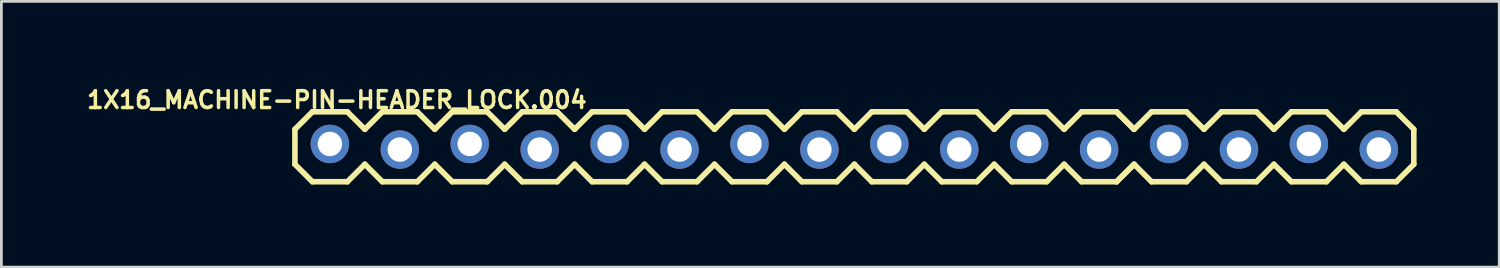
<source format=kicad_pcb>
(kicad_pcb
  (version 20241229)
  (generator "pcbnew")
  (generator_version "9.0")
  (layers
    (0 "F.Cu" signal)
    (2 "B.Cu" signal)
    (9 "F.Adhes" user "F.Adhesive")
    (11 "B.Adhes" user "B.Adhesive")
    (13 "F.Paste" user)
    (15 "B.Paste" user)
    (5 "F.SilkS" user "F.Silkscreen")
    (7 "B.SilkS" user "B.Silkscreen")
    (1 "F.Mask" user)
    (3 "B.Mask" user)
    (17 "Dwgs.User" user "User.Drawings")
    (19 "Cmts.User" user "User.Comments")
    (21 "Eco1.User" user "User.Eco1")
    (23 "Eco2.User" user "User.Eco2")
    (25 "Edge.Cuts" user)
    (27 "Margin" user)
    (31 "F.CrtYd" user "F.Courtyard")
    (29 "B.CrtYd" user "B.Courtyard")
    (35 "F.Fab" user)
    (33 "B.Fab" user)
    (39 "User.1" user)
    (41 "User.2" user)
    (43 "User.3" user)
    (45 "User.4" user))
  (footprint "1X16_MACHINE-PIN-HEADER_LOCK.004"
    (layer "F.Cu")
    (at 8.932 2.281)
    (property "Reference" "1X16_MACHINE-PIN-HEADER_LOCK.004" (at 0.254 -1.702 0) (layer "F.SilkS") (effects (font (size 0.61 0.61) (thickness 0.127))))
    (attr exclude_from_pos_files exclude_from_bom)
    (fp_line (start -1.27 -0.635) (end -1.27 0.635) (stroke (width 0.203) (type solid)) (layer "F.SilkS"))
    (fp_line (start -1.27 0.635) (end -0.635 1.27) (stroke (width 0.203) (type solid)) (layer "F.SilkS"))
    (fp_line (start -0.635 -1.27) (end -1.27 -0.635) (stroke (width 0.203) (type solid)) (layer "F.SilkS"))
    (fp_line (start -0.635 -1.27) (end 0.635 -1.27) (stroke (width 0.203) (type solid)) (layer "F.SilkS"))
    (fp_line (start 0.635 -1.27) (end 1.27 -0.635) (stroke (width 0.203) (type solid)) (layer "F.SilkS"))
    (fp_line (start 0.635 1.27) (end -0.635 1.27) (stroke (width 0.203) (type solid)) (layer "F.SilkS"))
    (fp_line (start 1.27 -0.635) (end 1.905 -1.27) (stroke (width 0.203) (type solid)) (layer "F.SilkS"))
    (fp_line (start 1.27 0.635) (end 0.635 1.27) (stroke (width 0.203) (type solid)) (layer "F.SilkS"))
    (fp_line (start 1.905 -1.27) (end 3.175 -1.27) (stroke (width 0.203) (type solid)) (layer "F.SilkS"))
    (fp_line (start 1.905 1.27) (end 1.27 0.635) (stroke (width 0.203) (type solid)) (layer "F.SilkS"))
    (fp_line (start 3.175 -1.27) (end 3.81 -0.635) (stroke (width 0.203) (type solid)) (layer "F.SilkS"))
    (fp_line (start 3.175 1.27) (end 1.905 1.27) (stroke (width 0.203) (type solid)) (layer "F.SilkS"))
    (fp_line (start 3.81 -0.635) (end 4.445 -1.27) (stroke (width 0.203) (type solid)) (layer "F.SilkS"))
    (fp_line (start 3.81 0.635) (end 3.175 1.27) (stroke (width 0.203) (type solid)) (layer "F.SilkS"))
    (fp_line (start 4.445 -1.27) (end 5.715 -1.27) (stroke (width 0.203) (type solid)) (layer "F.SilkS"))
    (fp_line (start 4.445 1.27) (end 3.81 0.635) (stroke (width 0.203) (type solid)) (layer "F.SilkS"))
    (fp_line (start 5.715 -1.27) (end 6.35 -0.635) (stroke (width 0.203) (type solid)) (layer "F.SilkS"))
    (fp_line (start 5.715 1.27) (end 4.445 1.27) (stroke (width 0.203) (type solid)) (layer "F.SilkS"))
    (fp_line (start 6.35 0.635) (end 5.715 1.27) (stroke (width 0.203) (type solid)) (layer "F.SilkS"))
    (fp_line (start 6.35 0.635) (end 6.985 1.27) (stroke (width 0.203) (type solid)) (layer "F.SilkS"))
    (fp_line (start 6.985 -1.27) (end 6.35 -0.635) (stroke (width 0.203) (type solid)) (layer "F.SilkS"))
    (fp_line (start 6.985 -1.27) (end 8.255 -1.27) (stroke (width 0.203) (type solid)) (layer "F.SilkS"))
    (fp_line (start 8.255 -1.27) (end 8.89 -0.635) (stroke (width 0.203) (type solid)) (layer "F.SilkS"))
    (fp_line (start 8.255 1.27) (end 6.985 1.27) (stroke (width 0.203) (type solid)) (layer "F.SilkS"))
    (fp_line (start 8.89 -0.635) (end 9.525 -1.27) (stroke (width 0.203) (type solid)) (layer "F.SilkS"))
    (fp_line (start 8.89 0.635) (end 8.255 1.27) (stroke (width 0.203) (type solid)) (layer "F.SilkS"))
    (fp_line (start 9.525 -1.27) (end 10.795 -1.27) (stroke (width 0.203) (type solid)) (layer "F.SilkS"))
    (fp_line (start 9.525 1.27) (end 8.89 0.635) (stroke (width 0.203) (type solid)) (layer "F.SilkS"))
    (fp_line (start 10.795 -1.27) (end 11.43 -0.635) (stroke (width 0.203) (type solid)) (layer "F.SilkS"))
    (fp_line (start 10.795 1.27) (end 9.525 1.27) (stroke (width 0.203) (type solid)) (layer "F.SilkS"))
    (fp_line (start 11.43 -0.635) (end 12.065 -1.27) (stroke (width 0.203) (type solid)) (layer "F.SilkS"))
    (fp_line (start 11.43 0.635) (end 10.795 1.27) (stroke (width 0.203) (type solid)) (layer "F.SilkS"))
    (fp_line (start 12.065 -1.27) (end 13.335 -1.27) (stroke (width 0.203) (type solid)) (layer "F.SilkS"))
    (fp_line (start 12.065 1.27) (end 11.43 0.635) (stroke (width 0.203) (type solid)) (layer "F.SilkS"))
    (fp_line (start 13.335 -1.27) (end 13.97 -0.635) (stroke (width 0.203) (type solid)) (layer "F.SilkS"))
    (fp_line (start 13.335 1.27) (end 12.065 1.27) (stroke (width 0.203) (type solid)) (layer "F.SilkS"))
    (fp_line (start 13.97 0.635) (end 13.335 1.27) (stroke (width 0.203) (type solid)) (layer "F.SilkS"))
    (fp_line (start 13.97 0.635) (end 14.605 1.27) (stroke (width 0.203) (type solid)) (layer "F.SilkS"))
    (fp_line (start 14.605 -1.27) (end 13.97 -0.635) (stroke (width 0.203) (type solid)) (layer "F.SilkS"))
    (fp_line (start 14.605 -1.27) (end 15.875 -1.27) (stroke (width 0.203) (type solid)) (layer "F.SilkS"))
    (fp_line (start 15.875 -1.27) (end 16.51 -0.635) (stroke (width 0.203) (type solid)) (layer "F.SilkS"))
    (fp_line (start 15.875 1.27) (end 14.605 1.27) (stroke (width 0.203) (type solid)) (layer "F.SilkS"))
    (fp_line (start 16.51 -0.635) (end 17.145 -1.27) (stroke (width 0.203) (type solid)) (layer "F.SilkS"))
    (fp_line (start 16.51 0.635) (end 15.875 1.27) (stroke (width 0.203) (type solid)) (layer "F.SilkS"))
    (fp_line (start 17.145 -1.27) (end 18.415 -1.27) (stroke (width 0.203) (type solid)) (layer "F.SilkS"))
    (fp_line (start 17.145 1.27) (end 16.51 0.635) (stroke (width 0.203) (type solid)) (layer "F.SilkS"))
    (fp_line (start 18.415 -1.27) (end 19.05 -0.635) (stroke (width 0.203) (type solid)) (layer "F.SilkS"))
    (fp_line (start 18.415 1.27) (end 17.145 1.27) (stroke (width 0.203) (type solid)) (layer "F.SilkS"))
    (fp_line (start 19.05 -0.635) (end 19.685 -1.27) (stroke (width 0.203) (type solid)) (layer "F.SilkS"))
    (fp_line (start 19.05 0.635) (end 18.415 1.27) (stroke (width 0.203) (type solid)) (layer "F.SilkS"))
    (fp_line (start 19.685 -1.27) (end 20.955 -1.27) (stroke (width 0.203) (type solid)) (layer "F.SilkS"))
    (fp_line (start 19.685 1.27) (end 19.05 0.635) (stroke (width 0.203) (type solid)) (layer "F.SilkS"))
    (fp_line (start 20.955 -1.27) (end 21.59 -0.635) (stroke (width 0.203) (type solid)) (layer "F.SilkS"))
    (fp_line (start 20.955 1.27) (end 19.685 1.27) (stroke (width 0.203) (type solid)) (layer "F.SilkS"))
    (fp_line (start 21.59 0.635) (end 20.955 1.27) (stroke (width 0.203) (type solid)) (layer "F.SilkS"))
    (fp_line (start 21.59 0.635) (end 22.225 1.27) (stroke (width 0.203) (type solid)) (layer "F.SilkS"))
    (fp_line (start 22.225 -1.27) (end 21.59 -0.635) (stroke (width 0.203) (type solid)) (layer "F.SilkS"))
    (fp_line (start 22.225 -1.27) (end 23.495 -1.27) (stroke (width 0.203) (type solid)) (layer "F.SilkS"))
    (fp_line (start 23.495 -1.27) (end 24.13 -0.635) (stroke (width 0.203) (type solid)) (layer "F.SilkS"))
    (fp_line (start 23.495 1.27) (end 22.225 1.27) (stroke (width 0.203) (type solid)) (layer "F.SilkS"))
    (fp_line (start 24.13 -0.635) (end 24.765 -1.27) (stroke (width 0.203) (type solid)) (layer "F.SilkS"))
    (fp_line (start 24.13 0.635) (end 23.495 1.27) (stroke (width 0.203) (type solid)) (layer "F.SilkS"))
    (fp_line (start 24.765 -1.27) (end 26.035 -1.27) (stroke (width 0.203) (type solid)) (layer "F.SilkS"))
    (fp_line (start 24.765 1.27) (end 24.13 0.635) (stroke (width 0.203) (type solid)) (layer "F.SilkS"))
    (fp_line (start 26.035 -1.27) (end 26.67 -0.635) (stroke (width 0.203) (type solid)) (layer "F.SilkS"))
    (fp_line (start 26.035 1.27) (end 24.765 1.27) (stroke (width 0.203) (type solid)) (layer "F.SilkS"))
    (fp_line (start 26.67 -0.635) (end 27.305 -1.27) (stroke (width 0.203) (type solid)) (layer "F.SilkS"))
    (fp_line (start 26.67 0.635) (end 26.035 1.27) (stroke (width 0.203) (type solid)) (layer "F.SilkS"))
    (fp_line (start 27.305 -1.27) (end 28.575 -1.27) (stroke (width 0.203) (type solid)) (layer "F.SilkS"))
    (fp_line (start 27.305 1.27) (end 26.67 0.635) (stroke (width 0.203) (type solid)) (layer "F.SilkS"))
    (fp_line (start 28.575 -1.27) (end 29.21 -0.635) (stroke (width 0.203) (type solid)) (layer "F.SilkS"))
    (fp_line (start 28.575 -1.27) (end 29.21 -0.635) (stroke (width 0.203) (type solid)) (layer "F.SilkS"))
    (fp_line (start 28.575 1.27) (end 27.305 1.27) (stroke (width 0.203) (type solid)) (layer "F.SilkS"))
    (fp_line (start 29.21 -0.635) (end 29.845 -1.27) (stroke (width 0.203) (type solid)) (layer "F.SilkS"))
    (fp_line (start 29.21 0.635) (end 28.575 1.27) (stroke (width 0.203) (type solid)) (layer "F.SilkS"))
    (fp_line (start 29.21 0.635) (end 28.575 1.27) (stroke (width 0.203) (type solid)) (layer "F.SilkS"))
    (fp_line (start 29.845 -1.27) (end 31.115 -1.27) (stroke (width 0.203) (type solid)) (layer "F.SilkS"))
    (fp_line (start 29.845 1.27) (end 29.21 0.635) (stroke (width 0.203) (type solid)) (layer "F.SilkS"))
    (fp_line (start 31.115 -1.27) (end 31.75 -0.635) (stroke (width 0.203) (type solid)) (layer "F.SilkS"))
    (fp_line (start 31.115 1.27) (end 29.845 1.27) (stroke (width 0.203) (type solid)) (layer "F.SilkS"))
    (fp_line (start 31.75 0.635) (end 31.115 1.27) (stroke (width 0.203) (type solid)) (layer "F.SilkS"))
    (fp_line (start 31.75 0.635) (end 32.385 1.27) (stroke (width 0.203) (type solid)) (layer "F.SilkS"))
    (fp_line (start 32.385 -1.27) (end 31.75 -0.635) (stroke (width 0.203) (type solid)) (layer "F.SilkS"))
    (fp_line (start 32.385 -1.27) (end 33.655 -1.27) (stroke (width 0.203) (type solid)) (layer "F.SilkS"))
    (fp_line (start 33.655 -1.27) (end 34.29 -0.635) (stroke (width 0.203) (type solid)) (layer "F.SilkS"))
    (fp_line (start 33.655 1.27) (end 32.385 1.27) (stroke (width 0.203) (type solid)) (layer "F.SilkS"))
    (fp_line (start 34.29 -0.635) (end 34.925 -1.27) (stroke (width 0.203) (type solid)) (layer "F.SilkS"))
    (fp_line (start 34.29 0.635) (end 33.655 1.27) (stroke (width 0.203) (type solid)) (layer "F.SilkS"))
    (fp_line (start 34.925 -1.27) (end 36.195 -1.27) (stroke (width 0.203) (type solid)) (layer "F.SilkS"))
    (fp_line (start 34.925 1.27) (end 34.29 0.635) (stroke (width 0.203) (type solid)) (layer "F.SilkS"))
    (fp_line (start 36.195 -1.27) (end 36.83 -0.635) (stroke (width 0.203) (type solid)) (layer "F.SilkS"))
    (fp_line (start 36.195 1.27) (end 34.925 1.27) (stroke (width 0.203) (type solid)) (layer "F.SilkS"))
    (fp_line (start 36.83 -0.635) (end 37.465 -1.27) (stroke (width 0.203) (type solid)) (layer "F.SilkS"))
    (fp_line (start 36.83 0.635) (end 36.195 1.27) (stroke (width 0.203) (type solid)) (layer "F.SilkS"))
    (fp_line (start 37.465 -1.27) (end 38.735 -1.27) (stroke (width 0.203) (type solid)) (layer "F.SilkS"))
    (fp_line (start 37.465 1.27) (end 36.83 0.635) (stroke (width 0.203) (type solid)) (layer "F.SilkS"))
    (fp_line (start 38.735 -1.27) (end 39.37 -0.635) (stroke (width 0.203) (type solid)) (layer "F.SilkS"))
    (fp_line (start 38.735 1.27) (end 37.465 1.27) (stroke (width 0.203) (type solid)) (layer "F.SilkS"))
    (fp_line (start 39.37 -0.635) (end 39.37 0.635) (stroke (width 0.203) (type solid)) (layer "F.SilkS"))
    (fp_line (start 39.37 0.635) (end 38.735 1.27) (stroke (width 0.203) (type solid)) (layer "F.SilkS"))
    (fp_circle (center 0 0) (end -0.165 0.165) (stroke (width 0.013) (type solid)) (fill no) (layer "Dwgs.User"))
    (fp_circle (center 2.54 0) (end 2.705 0.165) (stroke (width 0.013) (type solid)) (fill no) (layer "Dwgs.User"))
    (fp_circle (center 5.08 0) (end 5.245 0.165) (stroke (width 0.013) (type solid)) (fill no) (layer "Dwgs.User"))
    (fp_circle (center 7.62 0) (end 7.785 0.165) (stroke (width 0.013) (type solid)) (fill no) (layer "Dwgs.User"))
    (fp_circle (center 10.16 0) (end 10.325 0.165) (stroke (width 0.013) (type solid)) (fill no) (layer "Dwgs.User"))
    (fp_circle (center 12.7 0) (end 12.865 0.165) (stroke (width 0.013) (type solid)) (fill no) (layer "Dwgs.User"))
    (fp_circle (center 15.24 0) (end 15.405 0.165) (stroke (width 0.013) (type solid)) (fill no) (layer "Dwgs.User"))
    (fp_circle (center 17.78 0) (end 17.945 0.165) (stroke (width 0.013) (type solid)) (fill no) (layer "Dwgs.User"))
    (fp_circle (center 20.32 0) (end 20.485 0.165) (stroke (width 0.013) (type solid)) (fill no) (layer "Dwgs.User"))
    (fp_circle (center 22.86 0) (end 23.025 0.165) (stroke (width 0.013) (type solid)) (fill no) (layer "Dwgs.User"))
    (fp_circle (center 25.4 0) (end 25.565 0.165) (stroke (width 0.013) (type solid)) (fill no) (layer "Dwgs.User"))
    (fp_circle (center 27.94 0) (end 28.105 0.165) (stroke (width 0.013) (type solid)) (fill no) (layer "Dwgs.User"))
    (fp_circle (center 30.48 0) (end 30.645 0.165) (stroke (width 0.013) (type solid)) (fill no) (layer "Dwgs.User"))
    (fp_circle (center 33.02 0) (end 33.185 0.165) (stroke (width 0.013) (type solid)) (fill no) (layer "Dwgs.User"))
    (fp_circle (center 35.56 0) (end 35.725 0.165) (stroke (width 0.013) (type solid)) (fill no) (layer "Dwgs.User"))
    (fp_circle (center 38.1 0) (end 38.265 0.165) (stroke (width 0.013) (type solid)) (fill no) (layer "Dwgs.User"))
    (pad "1" thru_hole circle (at 0 -0.102) (size 1.397 1.397) (drill 0.889) (layers "*.Cu" "*.Paste" "*.Mask"))
    (pad "2" thru_hole circle (at 2.54 0.102) (size 1.397 1.397) (drill 0.889) (layers "*.Cu" "*.Paste" "*.Mask"))
    (pad "3" thru_hole circle (at 5.08 -0.102) (size 1.397 1.397) (drill 0.889) (layers "*.Cu" "*.Paste" "*.Mask"))
    (pad "4" thru_hole circle (at 7.62 0.102) (size 1.397 1.397) (drill 0.889) (layers "*.Cu" "*.Paste" "*.Mask"))
    (pad "5" thru_hole circle (at 10.16 -0.102) (size 1.397 1.397) (drill 0.889) (layers "*.Cu" "*.Paste" "*.Mask"))
    (pad "6" thru_hole circle (at 12.7 0.102) (size 1.397 1.397) (drill 0.889) (layers "*.Cu" "*.Paste" "*.Mask"))
    (pad "7" thru_hole circle (at 15.24 -0.102) (size 1.397 1.397) (drill 0.889) (layers "*.Cu" "*.Paste" "*.Mask"))
    (pad "8" thru_hole circle (at 17.78 0.102) (size 1.397 1.397) (drill 0.889) (layers "*.Cu" "*.Paste" "*.Mask"))
    (pad "9" thru_hole circle (at 20.32 -0.102) (size 1.397 1.397) (drill 0.889) (layers "*.Cu" "*.Paste" "*.Mask"))
    (pad "10" thru_hole circle (at 22.86 0.102) (size 1.397 1.397) (drill 0.889) (layers "*.Cu" "*.Paste" "*.Mask"))
    (pad "11" thru_hole circle (at 25.4 -0.102) (size 1.397 1.397) (drill 0.889) (layers "*.Cu" "*.Paste" "*.Mask"))
    (pad "12" thru_hole circle (at 27.94 0.102) (size 1.397 1.397) (drill 0.889) (layers "*.Cu" "*.Paste" "*.Mask"))
    (pad "13" thru_hole circle (at 30.48 -0.102) (size 1.397 1.397) (drill 0.889) (layers "*.Cu" "*.Paste" "*.Mask"))
    (pad "14" thru_hole circle (at 33.02 0.102) (size 1.397 1.397) (drill 0.889) (layers "*.Cu" "*.Paste" "*.Mask"))
    (pad "15" thru_hole circle (at 35.56 -0.102) (size 1.397 1.397) (drill 0.889) (layers "*.Cu" "*.Paste" "*.Mask"))
    (pad "16" thru_hole circle (at 38.1 0.102) (size 1.397 1.397) (drill 0.889) (layers "*.Cu" "*.Paste" "*.Mask")))
  (gr_rect
    (start -3 -3)
    (end 51.404 6.653)
    (stroke (width 0.1) (type default))
    (fill no)
    (layer "Edge.Cuts")))
</source>
